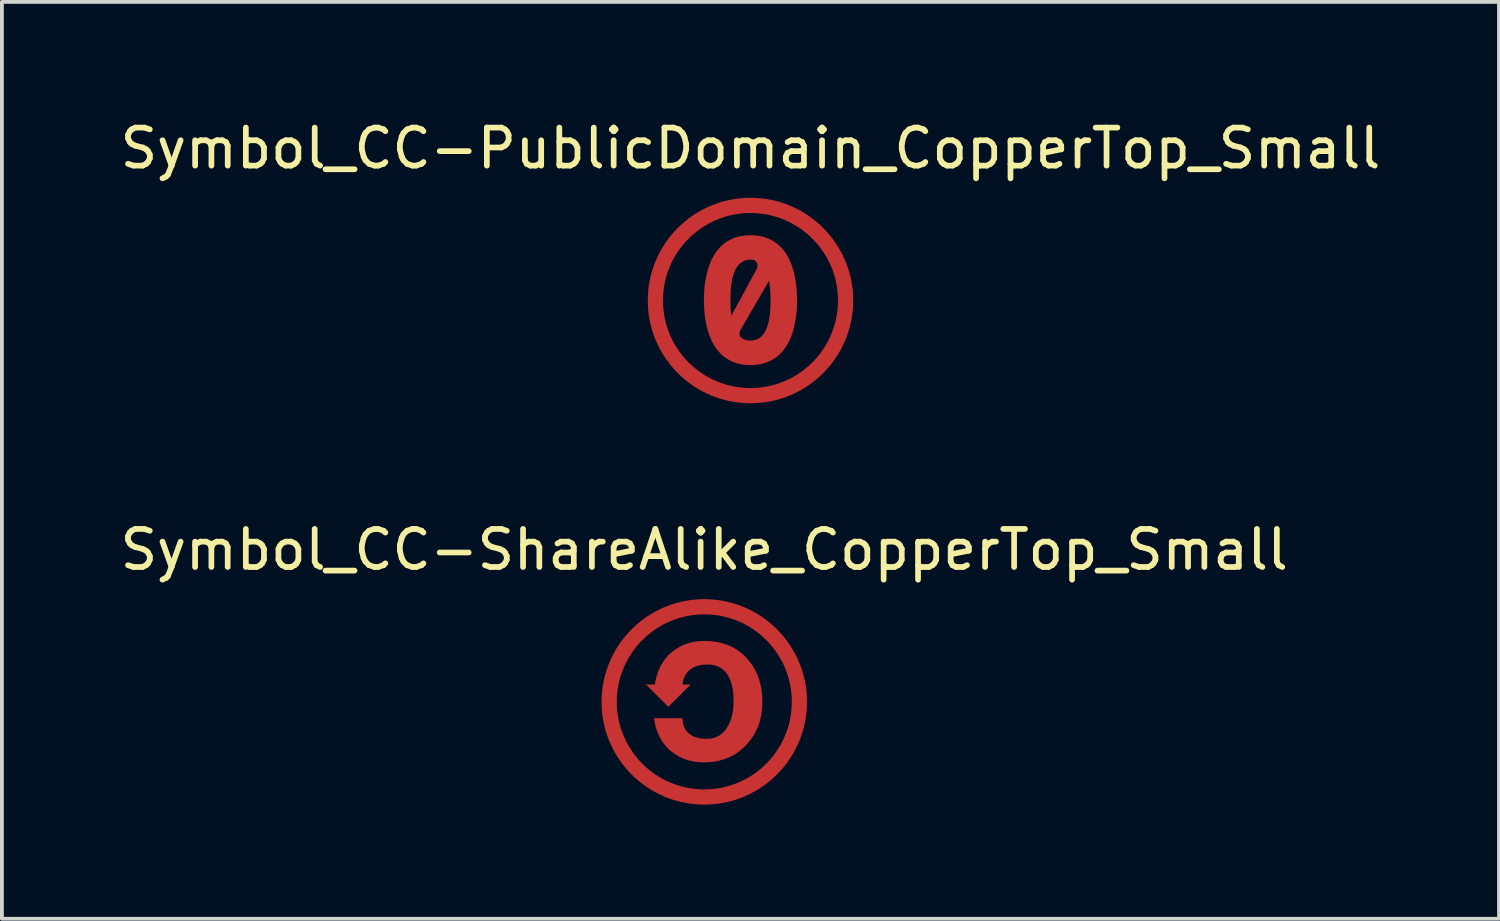
<source format=kicad_pcb>
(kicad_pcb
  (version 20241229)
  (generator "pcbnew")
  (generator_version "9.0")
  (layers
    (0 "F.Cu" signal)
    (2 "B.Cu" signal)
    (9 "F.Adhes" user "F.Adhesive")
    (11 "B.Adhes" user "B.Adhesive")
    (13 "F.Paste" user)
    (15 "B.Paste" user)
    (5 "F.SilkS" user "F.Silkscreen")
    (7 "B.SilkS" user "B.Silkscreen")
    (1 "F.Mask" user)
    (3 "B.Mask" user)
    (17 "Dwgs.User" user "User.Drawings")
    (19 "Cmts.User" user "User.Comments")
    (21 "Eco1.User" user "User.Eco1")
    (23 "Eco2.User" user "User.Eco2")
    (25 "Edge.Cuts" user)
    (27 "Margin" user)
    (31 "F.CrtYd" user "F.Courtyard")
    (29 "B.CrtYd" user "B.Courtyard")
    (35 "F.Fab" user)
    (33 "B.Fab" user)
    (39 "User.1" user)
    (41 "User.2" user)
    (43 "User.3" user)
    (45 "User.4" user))
  (footprint "Symbol_CC-PublicDomain_CopperTop_Small"
    (layer "F.Cu")
    (at 16.673 4.848)
    (property "Reference" "Symbol_CC-PublicDomain_CopperTop_Small" (at 0 -4 0) (layer "F.SilkS") (effects (font (size 1 1) (thickness 0.15))))
    (attr exclude_from_pos_files exclude_from_bom allow_missing_courtyard)
    (fp_circle (center 0 0) (end 2.5 0) (stroke (width 0.4) (type default)) (fill no) (layer "F.Cu"))
    (fp_poly (pts (xy 0.09 -1.713) (xy 0.175 -1.705) (xy 0.256 -1.692) (xy 0.333 -1.675) (xy 0.407 -1.652) (xy 0.476 -1.625) (xy 0.542 -1.594) (xy 0.604 -1.559) (xy 0.662 -1.52) (xy 0.717 -1.478) (xy 0.769 -1.432) (xy 0.817 -1.382) (xy 0.862 -1.33) (xy 0.904 -1.275) (xy 0.943 -1.217) (xy 0.979 -1.156) (xy 1.012 -1.094) (xy 1.042 -1.029) (xy 1.095 -0.894) (xy 1.137 -0.752) (xy 1.171 -0.607) (xy 1.195 -0.458) (xy 1.212 -0.308) (xy 1.221 -0.158) (xy 1.224 -0.01) (xy 1.221 0.138) (xy 1.212 0.288) (xy 1.195 0.438) (xy 1.171 0.587) (xy 1.137 0.732) (xy 1.117 0.804) (xy 1.095 0.874) (xy 1.07 0.942) (xy 1.042 1.009) (xy 1.012 1.074) (xy 0.979 1.136) (xy 0.943 1.197) (xy 0.904 1.255) (xy 0.862 1.31) (xy 0.817 1.362) (xy 0.769 1.412) (xy 0.717 1.458) (xy 0.662 1.5) (xy 0.604 1.539) (xy 0.542 1.574) (xy 0.476 1.605) (xy 0.407 1.632) (xy 0.333 1.655) (xy 0.256 1.672) (xy 0.175 1.685) (xy 0.09 1.693) (xy 0 1.696) (xy -0.09 1.693) (xy -0.175 1.685) (xy -0.256 1.672) (xy -0.334 1.655) (xy -0.407 1.632) (xy -0.476 1.605) (xy -0.542 1.574) (xy -0.604 1.539) (xy -0.663 1.5) (xy -0.718 1.458) (xy -0.769 1.412) (xy -0.817 1.362) (xy -0.862 1.31) (xy -0.904 1.255) (xy -0.943 1.197) (xy -0.979 1.136) (xy -1.012 1.074) (xy -1.042 1.009) (xy -1.095 0.874) (xy -1.095 0.872) (xy -0.29 0.872) (xy -0.289 0.882) (xy -0.288 0.892) (xy -0.286 0.902) (xy -0.283 0.911) (xy -0.28 0.92) (xy -0.276 0.928) (xy -0.272 0.937) (xy -0.267 0.945) (xy -0.261 0.952) (xy -0.255 0.96) (xy -0.249 0.967) (xy -0.241 0.974) (xy -0.234 0.98) (xy -0.226 0.987) (xy -0.217 0.993) (xy -0.209 0.998) (xy -0.199 1.004) (xy -0.18 1.014) (xy -0.16 1.024) (xy -0.156 1.025) (xy -0.152 1.026) (xy -0.148 1.028) (xy -0.144 1.029) (xy -0.136 1.032) (xy -0.129 1.034) (xy -0.124 1.035) (xy -0.119 1.037) (xy -0.115 1.039) (xy -0.11 1.04) (xy -0.097 1.043) (xy -0.084 1.046) (xy -0.071 1.048) (xy -0.057 1.049) (xy -0.043 1.051) (xy -0.029 1.052) (xy -0.015 1.052) (xy 0.000185 1.053) (xy 0.046 1.051) (xy 0.089 1.044) (xy 0.129 1.035) (xy 0.167 1.021) (xy 0.203 1.004) (xy 0.236 0.984) (xy 0.266 0.961) (xy 0.295 0.935) (xy 0.321 0.907) (xy 0.345 0.876) (xy 0.368 0.842) (xy 0.388 0.807) (xy 0.407 0.77) (xy 0.423 0.732) (xy 0.452 0.651) (xy 0.475 0.565) (xy 0.493 0.478) (xy 0.506 0.389) (xy 0.516 0.301) (xy 0.522 0.216) (xy 0.525 0.135) (xy 0.527 -0.01) (xy 0.526 -0.121) (xy 0.524 -0.182) (xy 0.52 -0.247) (xy 0.515 -0.314) (xy 0.508 -0.382) (xy 0.499 -0.451) (xy 0.488 -0.521) (xy -0.241 0.737) (xy -0.25 0.751) (xy -0.258 0.765) (xy -0.265 0.778) (xy -0.271 0.791) (xy -0.276 0.804) (xy -0.28 0.816) (xy -0.284 0.828) (xy -0.287 0.84) (xy -0.288 0.851) (xy -0.289 0.862) (xy -0.29 0.872) (xy -1.095 0.872) (xy -1.138 0.732) (xy -1.171 0.587) (xy -1.195 0.438) (xy -1.212 0.288) (xy -1.221 0.138) (xy -1.224 -0.01) (xy -1.224 -0.01) (xy -0.527 -0.01) (xy -0.526 0.08) (xy -0.525 0.129) (xy -0.523 0.18) (xy -0.52 0.233) (xy -0.516 0.288) (xy -0.511 0.344) (xy -0.504 0.401) (xy 0.147 -0.797) (xy 0.153 -0.807) (xy 0.159 -0.818) (xy 0.164 -0.829) (xy 0.168 -0.839) (xy 0.172 -0.849) (xy 0.175 -0.859) (xy 0.178 -0.869) (xy 0.18 -0.878) (xy 0.182 -0.888) (xy 0.183 -0.897) (xy 0.184 -0.906) (xy 0.184 -0.915) (xy 0.184 -0.923) (xy 0.183 -0.932) (xy 0.182 -0.94) (xy 0.18 -0.948) (xy 0.179 -0.956) (xy 0.176 -0.964) (xy 0.174 -0.972) (xy 0.171 -0.979) (xy 0.167 -0.987) (xy 0.164 -0.994) (xy 0.159 -1.001) (xy 0.155 -1.008) (xy 0.15 -1.015) (xy 0.145 -1.021) (xy 0.14 -1.028) (xy 0.135 -1.034) (xy 0.123 -1.046) (xy 0.11 -1.058) (xy 0.097 -1.061) (xy 0.084 -1.064) (xy 0.071 -1.066) (xy 0.057 -1.068) (xy 0.043 -1.07) (xy 0.029 -1.071) (xy 0.015 -1.072) (xy 0 -1.073) (xy -0.046 -1.07) (xy -0.089 -1.064) (xy -0.129 -1.055) (xy -0.167 -1.041) (xy -0.203 -1.024) (xy -0.236 -1.004) (xy -0.266 -0.981) (xy -0.295 -0.955) (xy -0.321 -0.926) (xy -0.345 -0.896) (xy -0.368 -0.862) (xy -0.388 -0.827) (xy -0.407 -0.79) (xy -0.423 -0.752) (xy -0.452 -0.671) (xy -0.475 -0.585) (xy -0.493 -0.498) (xy -0.506 -0.409) (xy -0.516 -0.322) (xy -0.522 -0.236) (xy -0.525 -0.155) (xy -0.527 -0.01) (xy -1.224 -0.01) (xy -1.221 -0.158) (xy -1.212 -0.308) (xy -1.195 -0.458) (xy -1.171 -0.607) (xy -1.137 -0.752) (xy -1.117 -0.824) (xy -1.095 -0.894) (xy -1.07 -0.962) (xy -1.042 -1.029) (xy -1.012 -1.094) (xy -0.979 -1.156) (xy -0.943 -1.217) (xy -0.904 -1.275) (xy -0.862 -1.33) (xy -0.817 -1.382) (xy -0.769 -1.432) (xy -0.718 -1.478) (xy -0.663 -1.52) (xy -0.604 -1.559) (xy -0.542 -1.594) (xy -0.476 -1.625) (xy -0.407 -1.652) (xy -0.334 -1.675) (xy -0.256 -1.692) (xy -0.175 -1.705) (xy -0.09 -1.713) (xy 0 -1.716)) (stroke (width 0) (type solid)) (fill yes) (layer "F.Cu")))
  (footprint "Symbol_CC-ShareAlike_CopperTop_Small"
    (layer "F.Cu")
    (at 15.458 15.396)
    (property "Reference" "Symbol_CC-ShareAlike_CopperTop_Small" (at 0 -4 0) (layer "F.SilkS") (effects (font (size 1 1) (thickness 0.15))))
    (attr exclude_from_pos_files exclude_from_bom allow_missing_courtyard)
    (fp_circle (center 0.001 0) (end 2.501 0) (stroke (width 0.4) (type default)) (fill no) (layer "F.Cu"))
    (fp_poly (pts (xy 0.089 -1.599) (xy 0.173 -1.594) (xy 0.255 -1.585) (xy 0.335 -1.573) (xy 0.412 -1.557) (xy 0.487 -1.538) (xy 0.56 -1.515) (xy 0.63 -1.489) (xy 0.699 -1.459) (xy 0.765 -1.425) (xy 0.829 -1.389) (xy 0.89 -1.348) (xy 0.95 -1.304) (xy 1.007 -1.257) (xy 1.062 -1.206) (xy 1.114 -1.151) (xy 1.164 -1.094) (xy 1.211 -1.035) (xy 1.255 -0.974) (xy 1.295 -0.911) (xy 1.332 -0.846) (xy 1.366 -0.778) (xy 1.397 -0.709) (xy 1.424 -0.638) (xy 1.448 -0.565) (xy 1.469 -0.49) (xy 1.487 -0.413) (xy 1.501 -0.334) (xy 1.513 -0.253) (xy 1.521 -0.17) (xy 1.526 -0.085) (xy 1.527 0.002) (xy 1.526 0.087) (xy 1.52 0.169) (xy 1.512 0.25) (xy 1.5 0.329) (xy 1.485 0.406) (xy 1.467 0.482) (xy 1.445 0.555) (xy 1.42 0.627) (xy 1.392 0.697) (xy 1.36 0.765) (xy 1.325 0.832) (xy 1.286 0.897) (xy 1.244 0.959) (xy 1.199 1.02) (xy 1.151 1.08) (xy 1.099 1.137) (xy 1.044 1.192) (xy 0.988 1.243) (xy 0.929 1.291) (xy 0.868 1.335) (xy 0.806 1.376) (xy 0.741 1.413) (xy 0.675 1.446) (xy 0.606 1.476) (xy 0.536 1.503) (xy 0.464 1.526) (xy 0.389 1.545) (xy 0.313 1.561) (xy 0.234 1.574) (xy 0.154 1.582) (xy 0.072 1.588) (xy -0.013 1.59) (xy -0.075 1.588) (xy -0.136 1.585) (xy -0.196 1.579) (xy -0.255 1.571) (xy -0.313 1.56) (xy -0.37 1.547) (xy -0.426 1.532) (xy -0.481 1.514) (xy -0.535 1.494) (xy -0.587 1.472) (xy -0.639 1.447) (xy -0.689 1.42) (xy -0.739 1.39) (xy -0.787 1.359) (xy -0.834 1.324) (xy -0.881 1.288) (xy -0.925 1.249) (xy -0.967 1.209) (xy -1.007 1.166) (xy -1.045 1.121) (xy -1.08 1.075) (xy -1.113 1.026) (xy -1.144 0.975) (xy -1.173 0.923) (xy -1.199 0.868) (xy -1.223 0.812) (xy -1.245 0.753) (xy -1.264 0.693) (xy -1.282 0.63) (xy -1.297 0.566) (xy -1.309 0.499) (xy -1.32 0.431) (xy -0.573 0.431) (xy -0.571 0.464) (xy -0.568 0.496) (xy -0.563 0.527) (xy -0.557 0.557) (xy -0.551 0.586) (xy -0.543 0.614) (xy -0.533 0.641) (xy -0.523 0.667) (xy -0.511 0.692) (xy -0.499 0.715) (xy -0.485 0.738) (xy -0.47 0.76) (xy -0.453 0.78) (xy -0.436 0.8) (xy -0.417 0.818) (xy -0.398 0.836) (xy -0.377 0.852) (xy -0.354 0.867) (xy -0.331 0.881) (xy -0.307 0.895) (xy -0.281 0.907) (xy -0.254 0.918) (xy -0.227 0.928) (xy -0.197 0.937) (xy -0.167 0.945) (xy -0.136 0.951) (xy -0.103 0.957) (xy -0.069 0.962) (xy -0.034 0.966) (xy 0.002 0.968) (xy 0.039 0.97) (xy 0.077 0.97) (xy 0.116 0.969) (xy 0.154 0.966) (xy 0.19 0.961) (xy 0.226 0.954) (xy 0.261 0.944) (xy 0.294 0.932) (xy 0.327 0.919) (xy 0.359 0.903) (xy 0.39 0.885) (xy 0.42 0.865) (xy 0.449 0.843) (xy 0.477 0.819) (xy 0.504 0.792) (xy 0.531 0.764) (xy 0.556 0.733) (xy 0.58 0.701) (xy 0.603 0.666) (xy 0.625 0.63) (xy 0.645 0.593) (xy 0.664 0.554) (xy 0.681 0.514) (xy 0.696 0.473) (xy 0.71 0.43) (xy 0.723 0.386) (xy 0.734 0.34) (xy 0.744 0.293) (xy 0.752 0.244) (xy 0.759 0.195) (xy 0.764 0.143) (xy 0.768 0.091) (xy 0.77 0.036) (xy 0.771 -0.019) (xy 0.77 -0.077) (xy 0.768 -0.133) (xy 0.765 -0.188) (xy 0.76 -0.24) (xy 0.754 -0.291) (xy 0.746 -0.341) (xy 0.737 -0.388) (xy 0.727 -0.434) (xy 0.716 -0.478) (xy 0.703 -0.52) (xy 0.688 -0.56) (xy 0.673 -0.599) (xy 0.656 -0.636) (xy 0.637 -0.671) (xy 0.617 -0.704) (xy 0.596 -0.736) (xy 0.574 -0.766) (xy 0.55 -0.794) (xy 0.525 -0.82) (xy 0.499 -0.844) (xy 0.472 -0.866) (xy 0.444 -0.886) (xy 0.414 -0.904) (xy 0.383 -0.921) (xy 0.351 -0.935) (xy 0.318 -0.947) (xy 0.284 -0.958) (xy 0.248 -0.967) (xy 0.211 -0.973) (xy 0.173 -0.978) (xy 0.134 -0.981) (xy 0.093 -0.982) (xy 0.021 -0.98) (xy -0.047 -0.974) (xy -0.111 -0.964) (xy -0.171 -0.949) (xy -0.199 -0.941) (xy -0.226 -0.931) (xy -0.253 -0.92) (xy -0.278 -0.908) (xy -0.303 -0.896) (xy -0.326 -0.882) (xy -0.348 -0.867) (xy -0.37 -0.851) (xy -0.39 -0.834) (xy -0.409 -0.816) (xy -0.428 -0.797) (xy -0.445 -0.778) (xy -0.461 -0.757) (xy -0.476 -0.735) (xy -0.491 -0.712) (xy -0.504 -0.687) (xy -0.516 -0.662) (xy -0.527 -0.636) (xy -0.538 -0.609) (xy -0.547 -0.581) (xy -0.555 -0.552) (xy -0.562 -0.522) (xy -0.573 -0.458) (xy -0.356 -0.458) (xy -0.944 0.129) (xy -1.531 -0.458) (xy -1.298 -0.458) (xy -1.287 -0.525) (xy -1.273 -0.591) (xy -1.257 -0.654) (xy -1.239 -0.715) (xy -1.219 -0.775) (xy -1.197 -0.832) (xy -1.173 -0.888) (xy -1.146 -0.942) (xy -1.118 -0.994) (xy -1.087 -1.043) (xy -1.055 -1.091) (xy -1.02 -1.137) (xy -0.983 -1.181) (xy -0.944 -1.224) (xy -0.903 -1.264) (xy -0.859 -1.302) (xy -0.814 -1.338) (xy -0.768 -1.372) (xy -0.721 -1.404) (xy -0.672 -1.433) (xy -0.623 -1.46) (xy -0.572 -1.484) (xy -0.52 -1.507) (xy -0.466 -1.526) (xy -0.412 -1.544) (xy -0.356 -1.559) (xy -0.299 -1.572) (xy -0.241 -1.582) (xy -0.182 -1.591) (xy -0.121 -1.596) (xy -0.06 -1.6) (xy 0.003 -1.601)) (stroke (width 0) (type solid)) (fill yes) (layer "F.Cu")))
  (gr_rect
    (start -3 -3)
    (end 36.345 21.096)
    (stroke (width 0.1) (type default))
    (fill no)
    (layer "Edge.Cuts")))
</source>
